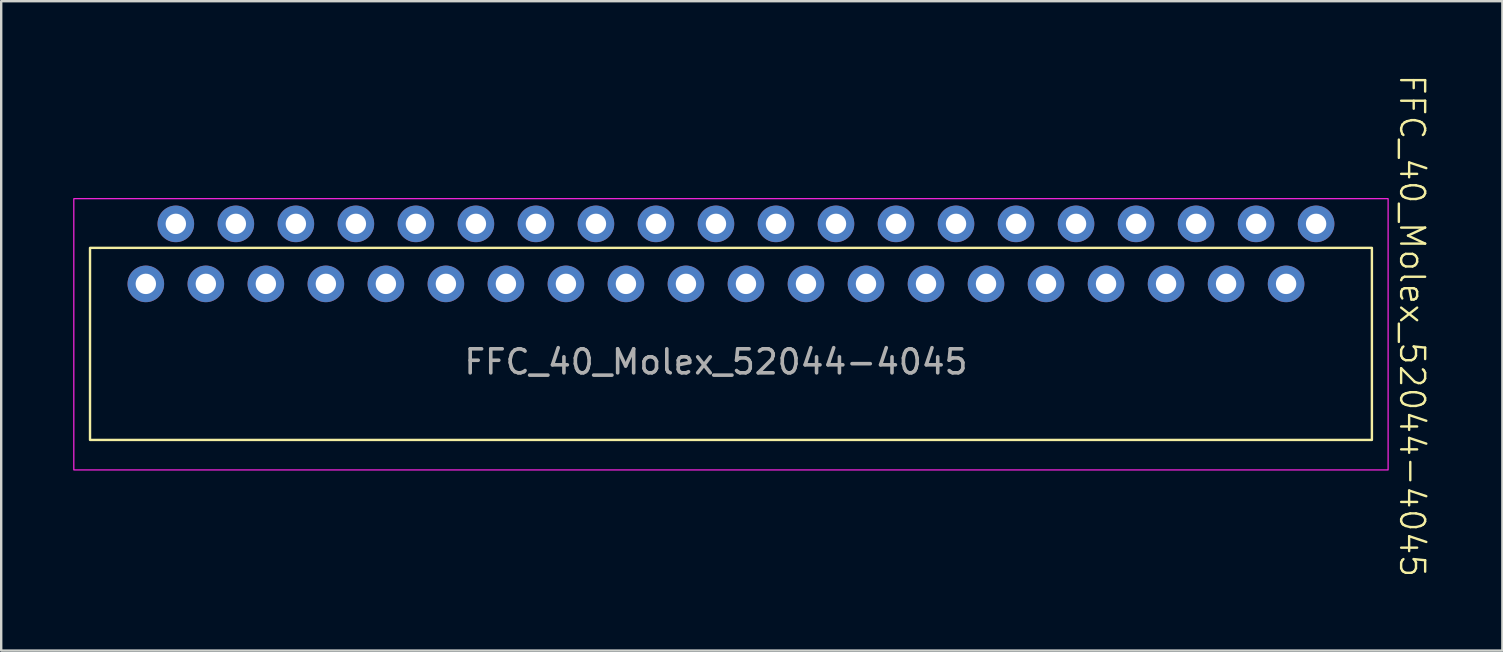
<source format=kicad_pcb>
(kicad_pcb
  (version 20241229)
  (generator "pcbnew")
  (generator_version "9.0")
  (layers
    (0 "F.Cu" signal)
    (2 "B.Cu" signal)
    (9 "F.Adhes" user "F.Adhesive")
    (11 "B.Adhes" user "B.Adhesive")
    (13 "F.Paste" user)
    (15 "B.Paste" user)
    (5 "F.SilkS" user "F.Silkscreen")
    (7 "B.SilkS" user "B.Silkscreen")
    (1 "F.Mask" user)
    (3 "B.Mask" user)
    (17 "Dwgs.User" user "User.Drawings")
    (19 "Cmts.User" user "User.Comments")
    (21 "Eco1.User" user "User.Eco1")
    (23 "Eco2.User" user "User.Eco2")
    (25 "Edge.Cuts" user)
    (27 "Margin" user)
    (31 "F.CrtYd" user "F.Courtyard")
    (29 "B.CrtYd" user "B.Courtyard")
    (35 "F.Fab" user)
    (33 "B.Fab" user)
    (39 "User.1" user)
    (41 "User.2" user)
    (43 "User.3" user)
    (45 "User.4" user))
  (footprint "FFC_40_Molex_52044-4045"
    (layer "F.Cu")
    (at 26.775 7.526)
    (property "Reference" "FFC_40_Molex_52044-4045" (at 29 3 270) (unlocked yes) (layer "F.SilkS") (effects (font (size 1 1) (thickness 0.1))))
    (attr through_hole)
    (fp_rect (start -26.075 -0.25) (end 27.325 7.75) (stroke (width 0.1) (type default)) (fill no) (layer "F.SilkS"))
    (fp_rect (start -26.75 -2.3) (end 28 9) (stroke (width 0.05) (type default)) (fill no) (layer "F.CrtYd"))
    (fp_text user "${REFERENCE}" (at 0 4.5 0) (unlocked yes) (layer "F.Fab") (effects (font (size 1 1) (thickness 0.15))))
    (pad "1" thru_hole circle (at -23.75 1.25) (size 1.524 1.524) (drill 0.85) (layers "*.Cu" "*.Mask"))
    (pad "2" thru_hole circle (at -22.5 -1.25) (size 1.524 1.524) (drill 0.85) (layers "*.Cu" "*.Mask"))
    (pad "3" thru_hole circle (at -21.25 1.25) (size 1.524 1.524) (drill 0.85) (layers "*.Cu" "*.Mask"))
    (pad "4" thru_hole circle (at -20 -1.25) (size 1.524 1.524) (drill 0.85) (layers "*.Cu" "*.Mask"))
    (pad "5" thru_hole circle (at -18.75 1.25) (size 1.524 1.524) (drill 0.85) (layers "*.Cu" "*.Mask"))
    (pad "6" thru_hole circle (at -17.5 -1.25) (size 1.524 1.524) (drill 0.85) (layers "*.Cu" "*.Mask"))
    (pad "7" thru_hole circle (at -16.25 1.25) (size 1.524 1.524) (drill 0.85) (layers "*.Cu" "*.Mask"))
    (pad "8" thru_hole circle (at -15 -1.25) (size 1.524 1.524) (drill 0.85) (layers "*.Cu" "*.Mask"))
    (pad "9" thru_hole circle (at -13.75 1.25) (size 1.524 1.524) (drill 0.85) (layers "*.Cu" "*.Mask"))
    (pad "10" thru_hole circle (at -12.5 -1.25) (size 1.524 1.524) (drill 0.85) (layers "*.Cu" "*.Mask"))
    (pad "11" thru_hole circle (at -11.25 1.25) (size 1.524 1.524) (drill 0.85) (layers "*.Cu" "*.Mask"))
    (pad "12" thru_hole circle (at -10 -1.25) (size 1.524 1.524) (drill 0.85) (layers "*.Cu" "*.Mask"))
    (pad "13" thru_hole circle (at -8.75 1.25) (size 1.524 1.524) (drill 0.85) (layers "*.Cu" "*.Mask"))
    (pad "14" thru_hole circle (at -7.5 -1.25) (size 1.524 1.524) (drill 0.85) (layers "*.Cu" "*.Mask"))
    (pad "15" thru_hole circle (at -6.25 1.25) (size 1.524 1.524) (drill 0.85) (layers "*.Cu" "*.Mask"))
    (pad "16" thru_hole circle (at -5 -1.25) (size 1.524 1.524) (drill 0.85) (layers "*.Cu" "*.Mask"))
    (pad "17" thru_hole circle (at -3.75 1.25) (size 1.524 1.524) (drill 0.85) (layers "*.Cu" "*.Mask"))
    (pad "18" thru_hole circle (at -2.5 -1.25) (size 1.524 1.524) (drill 0.85) (layers "*.Cu" "*.Mask"))
    (pad "19" thru_hole circle (at -1.25 1.25) (size 1.524 1.524) (drill 0.85) (layers "*.Cu" "*.Mask"))
    (pad "20" thru_hole circle (at 0 -1.25) (size 1.524 1.524) (drill 0.85) (layers "*.Cu" "*.Mask"))
    (pad "21" thru_hole circle (at 1.25 1.25) (size 1.524 1.524) (drill 0.85) (layers "*.Cu" "*.Mask"))
    (pad "22" thru_hole circle (at 2.5 -1.25) (size 1.524 1.524) (drill 0.85) (layers "*.Cu" "*.Mask"))
    (pad "23" thru_hole circle (at 3.75 1.25) (size 1.524 1.524) (drill 0.85) (layers "*.Cu" "*.Mask"))
    (pad "24" thru_hole circle (at 5 -1.25) (size 1.524 1.524) (drill 0.85) (layers "*.Cu" "*.Mask"))
    (pad "25" thru_hole circle (at 6.25 1.25) (size 1.524 1.524) (drill 0.85) (layers "*.Cu" "*.Mask"))
    (pad "26" thru_hole circle (at 7.5 -1.25) (size 1.524 1.524) (drill 0.85) (layers "*.Cu" "*.Mask"))
    (pad "27" thru_hole circle (at 8.75 1.25) (size 1.524 1.524) (drill 0.85) (layers "*.Cu" "*.Mask"))
    (pad "28" thru_hole circle (at 10 -1.25) (size 1.524 1.524) (drill 0.85) (layers "*.Cu" "*.Mask"))
    (pad "29" thru_hole circle (at 11.25 1.25) (size 1.524 1.524) (drill 0.85) (layers "*.Cu" "*.Mask"))
    (pad "30" thru_hole circle (at 12.5 -1.25) (size 1.524 1.524) (drill 0.85) (layers "*.Cu" "*.Mask"))
    (pad "31" thru_hole circle (at 13.75 1.25) (size 1.524 1.524) (drill 0.85) (layers "*.Cu" "*.Mask"))
    (pad "32" thru_hole circle (at 15 -1.25) (size 1.524 1.524) (drill 0.85) (layers "*.Cu" "*.Mask"))
    (pad "33" thru_hole circle (at 16.25 1.25) (size 1.524 1.524) (drill 0.85) (layers "*.Cu" "*.Mask"))
    (pad "34" thru_hole circle (at 17.5 -1.25) (size 1.524 1.524) (drill 0.85) (layers "*.Cu" "*.Mask"))
    (pad "35" thru_hole circle (at 18.75 1.25) (size 1.524 1.524) (drill 0.85) (layers "*.Cu" "*.Mask"))
    (pad "36" thru_hole circle (at 20 -1.25) (size 1.524 1.524) (drill 0.85) (layers "*.Cu" "*.Mask"))
    (pad "37" thru_hole circle (at 21.25 1.25) (size 1.524 1.524) (drill 0.85) (layers "*.Cu" "*.Mask"))
    (pad "38" thru_hole circle (at 22.5 -1.25) (size 1.524 1.524) (drill 0.85) (layers "*.Cu" "*.Mask"))
    (pad "39" thru_hole circle (at 23.75 1.25) (size 1.524 1.524) (drill 0.85) (layers "*.Cu" "*.Mask"))
    (pad "40" thru_hole circle (at 25 -1.25) (size 1.524 1.524) (drill 0.85) (layers "*.Cu" "*.Mask")))
  (gr_rect
    (start -3 -3)
    (end 59.535 24.052)
    (stroke (width 0.1) (type default))
    (fill no)
    (layer "Edge.Cuts")))
</source>
